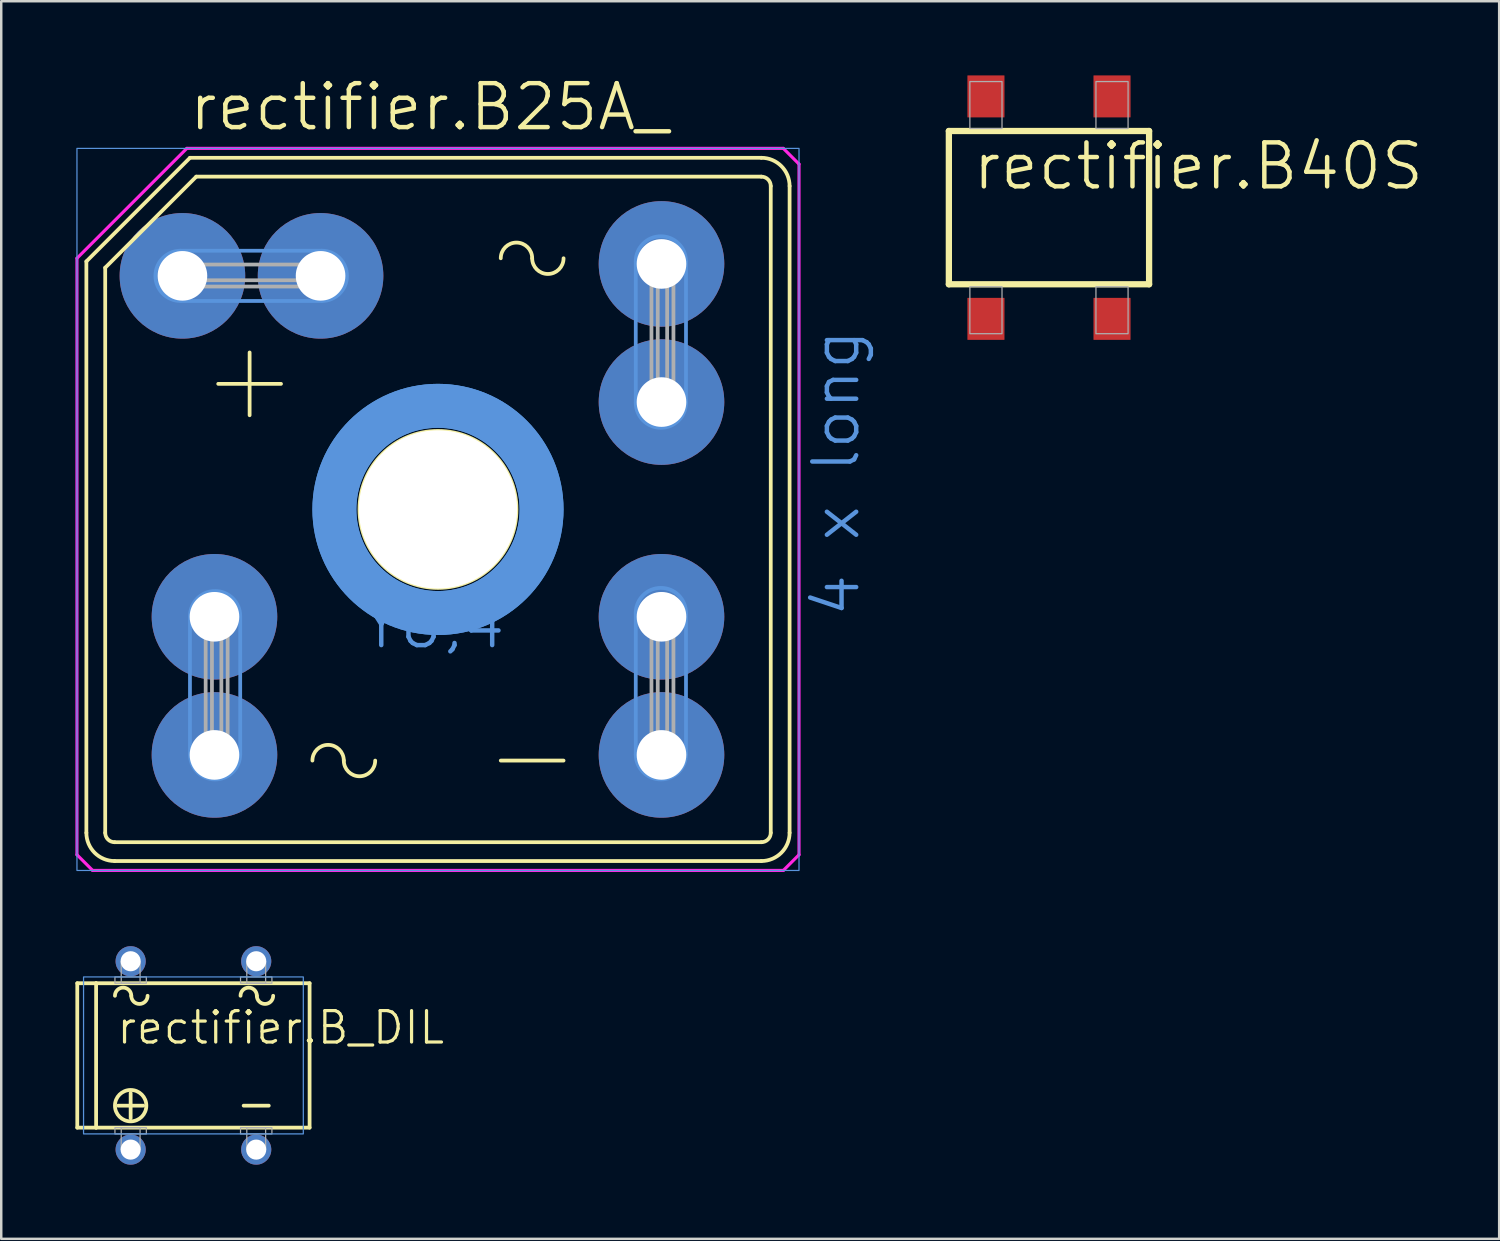
<source format=kicad_pcb>
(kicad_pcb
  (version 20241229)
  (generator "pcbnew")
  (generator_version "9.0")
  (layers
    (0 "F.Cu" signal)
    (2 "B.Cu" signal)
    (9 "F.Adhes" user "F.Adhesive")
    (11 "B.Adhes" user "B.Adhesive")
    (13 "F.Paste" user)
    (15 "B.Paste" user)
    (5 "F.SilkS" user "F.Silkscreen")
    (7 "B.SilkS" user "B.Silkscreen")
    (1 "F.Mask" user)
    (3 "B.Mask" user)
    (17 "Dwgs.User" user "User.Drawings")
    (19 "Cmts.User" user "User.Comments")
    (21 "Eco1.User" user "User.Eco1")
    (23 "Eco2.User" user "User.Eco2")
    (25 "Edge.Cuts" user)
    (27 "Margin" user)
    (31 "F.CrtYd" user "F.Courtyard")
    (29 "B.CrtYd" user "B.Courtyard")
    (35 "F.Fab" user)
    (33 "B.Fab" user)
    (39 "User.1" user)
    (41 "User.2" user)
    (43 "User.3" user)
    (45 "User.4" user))
  (footprint "rectifier.B_DIL"
    (layer "F.Cu")
    (at 4.775 39.646)
    (property "Reference" "rectifier.B_DIL" (at -3.175 -0.381 0) (layer "F.SilkS") (effects (font (size 1.27 1.27) (thickness 0.13)) (justify left bottom)))
    (attr through_hole)
    (fp_line (start -4.699 -2.921) (end -4.699 2.921) (stroke (width 0.152) (type default)) (layer "F.SilkS"))
    (fp_line (start -4.699 2.921) (end -3.937 2.921) (stroke (width 0.152) (type default)) (layer "F.SilkS"))
    (fp_line (start -3.937 -2.921) (end -4.699 -2.921) (stroke (width 0.152) (type default)) (layer "F.SilkS"))
    (fp_line (start -3.937 -2.921) (end -3.937 2.921) (stroke (width 0.152) (type default)) (layer "F.SilkS"))
    (fp_line (start -3.937 2.921) (end 4.699 2.921) (stroke (width 0.152) (type default)) (layer "F.SilkS"))
    (fp_line (start -3.048 2.032) (end -2.032 2.032) (stroke (width 0.152) (type default)) (layer "F.SilkS"))
    (fp_line (start -2.54 1.524) (end -2.54 2.54) (stroke (width 0.152) (type default)) (layer "F.SilkS"))
    (fp_line (start 2.032 2.032) (end 3.048 2.032) (stroke (width 0.152) (type default)) (layer "F.SilkS"))
    (fp_line (start 4.699 -2.921) (end -3.937 -2.921) (stroke (width 0.152) (type default)) (layer "F.SilkS"))
    (fp_line (start 4.699 2.921) (end 4.699 -2.921) (stroke (width 0.152) (type default)) (layer "F.SilkS"))
    (fp_arc (start -3.175 -2.413) (mid -2.8448 -2.7432) (end -2.5146 -2.413) (stroke (width 0.1524) (type default)) (layer "F.SilkS"))
    (fp_arc (start -1.8542 -2.413) (mid -2.1844 -2.0828) (end -2.5146 -2.413) (stroke (width 0.1524) (type default)) (layer "F.SilkS"))
    (fp_arc (start 1.905 -2.413) (mid 2.2352 -2.7432) (end 2.5654 -2.413) (stroke (width 0.1524) (type default)) (layer "F.SilkS"))
    (fp_arc (start 3.2258 -2.413) (mid 2.8956 -2.0828) (end 2.5654 -2.413) (stroke (width 0.1524) (type default)) (layer "F.SilkS"))
    (fp_circle (center -2.54 2.032) (end -1.905 2.032) (stroke (width 0.152) (type default)) (fill no) (layer "F.SilkS"))
    (fp_rect (start -4.445 3.175) (end 4.445 -3.175) (stroke (width 0.05) (type default)) (fill no) (layer "Cmts.User"))
    (fp_rect (start -3.175 -2.921) (end -1.905 -3.175) (stroke (width 0.05) (type default)) (fill no) (layer "F.Fab"))
    (fp_rect (start -3.175 3.175) (end -1.905 2.921) (stroke (width 0.05) (type default)) (fill no) (layer "F.Fab"))
    (fp_rect (start -2.921 -2.921) (end -2.159 -3.81) (stroke (width 0.05) (type default)) (fill no) (layer "F.Fab"))
    (fp_rect (start -2.921 3.81) (end -2.159 2.921) (stroke (width 0.05) (type default)) (fill no) (layer "F.Fab"))
    (fp_rect (start 1.905 -2.921) (end 3.175 -3.175) (stroke (width 0.05) (type default)) (fill no) (layer "F.Fab"))
    (fp_rect (start 1.905 3.175) (end 3.175 2.921) (stroke (width 0.05) (type default)) (fill no) (layer "F.Fab"))
    (fp_rect (start 2.159 -2.921) (end 2.921 -3.81) (stroke (width 0.05) (type default)) (fill no) (layer "F.Fab"))
    (fp_rect (start 2.159 3.81) (end 2.921 2.921) (stroke (width 0.05) (type default)) (fill no) (layer "F.Fab"))
    (pad "+" thru_hole circle (at -2.54 3.81) (size 1.219 1.219) (drill 0.813) (layers "*.Cu" "*.Mask"))
    (pad "-" thru_hole circle (at 2.54 3.81) (size 1.219 1.219) (drill 0.813) (layers "*.Cu" "*.Mask"))
    (pad "AC1" thru_hole circle (at 2.54 -3.81) (size 1.219 1.219) (drill 0.813) (layers "*.Cu" "*.Mask"))
    (pad "AC2" thru_hole circle (at -2.54 -3.81) (size 1.219 1.219) (drill 0.813) (layers "*.Cu" "*.Mask")))
  (footprint "rectifier.B25A_"
    (layer "F.Cu")
    (at 14.668 17.558)
    (property "Reference" "rectifier.B25A_" (at -10.16 -15.24 0) (layer "F.SilkS") (effects (font (size 1.778 1.778) (thickness 0.18)) (justify left bottom)))
    (attr through_hole)
    (fp_line (start -9.042 9.931) (end -9.042 4.343) (stroke (width 5.309) (type default)) (layer "F.Mask"))
    (fp_line (start -4.75 -9.449) (end -10.338 -9.449) (stroke (width 5.309) (type default)) (layer "F.Mask"))
    (fp_line (start 9.042 -4.343) (end 9.042 -9.931) (stroke (width 5.309) (type default)) (layer "F.Mask"))
    (fp_line (start 9.042 9.931) (end 9.042 4.343) (stroke (width 5.309) (type default)) (layer "F.Mask"))
    (fp_line (start -9.042 9.931) (end -9.042 4.343) (stroke (width 5.309) (type default)) (layer "B.Mask"))
    (fp_line (start -4.75 -9.449) (end -10.338 -9.449) (stroke (width 5.309) (type default)) (layer "B.Mask"))
    (fp_line (start 9.042 -4.343) (end 9.042 -9.931) (stroke (width 5.309) (type default)) (layer "B.Mask"))
    (fp_line (start 9.042 9.931) (end 9.042 4.343) (stroke (width 5.309) (type default)) (layer "B.Mask"))
    (fp_line (start -14.224 -10.033) (end -10.033 -14.224) (stroke (width 0.152) (type default)) (layer "F.SilkS"))
    (fp_line (start -14.224 13.081) (end -14.224 -10.033) (stroke (width 0.152) (type default)) (layer "F.SilkS"))
    (fp_line (start -13.462 13.081) (end -13.462 -9.779) (stroke (width 0.152) (type default)) (layer "F.SilkS"))
    (fp_line (start -13.081 14.224) (end 13.081 14.224) (stroke (width 0.152) (type default)) (layer "F.SilkS"))
    (fp_line (start -9.779 -13.462) (end -13.462 -9.779) (stroke (width 0.152) (type default)) (layer "F.SilkS"))
    (fp_line (start -9.779 -13.462) (end 13.081 -13.462) (stroke (width 0.152) (type default)) (layer "F.SilkS"))
    (fp_line (start -7.62 -3.81) (end -7.62 -6.35) (stroke (width 0.152) (type default)) (layer "F.SilkS"))
    (fp_line (start -6.35 -5.08) (end -8.89 -5.08) (stroke (width 0.152) (type default)) (layer "F.SilkS"))
    (fp_line (start 5.08 10.16) (end 2.54 10.16) (stroke (width 0.152) (type default)) (layer "F.SilkS"))
    (fp_line (start 13.081 -14.224) (end -10.033 -14.224) (stroke (width 0.152) (type default)) (layer "F.SilkS"))
    (fp_line (start 13.081 13.462) (end -13.081 13.462) (stroke (width 0.152) (type default)) (layer "F.SilkS"))
    (fp_line (start 13.462 -13.081) (end 13.462 13.081) (stroke (width 0.152) (type default)) (layer "F.SilkS"))
    (fp_line (start 14.224 13.081) (end 14.224 -13.081) (stroke (width 0.152) (type default)) (layer "F.SilkS"))
    (fp_arc (start -13.081 13.462) (mid -13.350408 13.350408) (end -13.462 13.081) (stroke (width 0.1524) (type default)) (layer "F.SilkS"))
    (fp_arc (start -13.081 14.224) (mid -13.889223 13.889223) (end -14.224 13.081) (stroke (width 0.1524) (type default)) (layer "F.SilkS"))
    (fp_arc (start -5.08 10.16) (mid -4.445 9.525) (end -3.81 10.16) (stroke (width 0.1524) (type default)) (layer "F.SilkS"))
    (fp_arc (start -2.54 10.16) (mid -3.175 10.795) (end -3.81 10.16) (stroke (width 0.1524) (type default)) (layer "F.SilkS"))
    (fp_arc (start 2.54 -10.16) (mid 3.175 -10.795) (end 3.81 -10.16) (stroke (width 0.1524) (type default)) (layer "F.SilkS"))
    (fp_arc (start 5.08 -10.16) (mid 4.445 -9.525) (end 3.81 -10.16) (stroke (width 0.1524) (type default)) (layer "F.SilkS"))
    (fp_arc (start 13.081 -14.224) (mid 13.889223 -13.889223) (end 14.224 -13.081) (stroke (width 0.1524) (type default)) (layer "F.SilkS"))
    (fp_arc (start 13.081 -13.462) (mid 13.350408 -13.350408) (end 13.462 -13.081) (stroke (width 0.1524) (type default)) (layer "F.SilkS"))
    (fp_arc (start 13.462 13.081) (mid 13.350408 13.350408) (end 13.081 13.462) (stroke (width 0.1524) (type default)) (layer "F.SilkS"))
    (fp_arc (start 14.224 13.081) (mid 13.889223 13.889223) (end 13.081 14.224) (stroke (width 0.1524) (type default)) (layer "F.SilkS"))
    (fp_circle (center 0 0) (end 3.175 0) (stroke (width 0.152) (type default)) (fill no) (layer "F.SilkS"))
    (fp_line (start -10.414 -10.465) (end -4.699 -10.465) (stroke (width 0.152) (type default)) (layer "Cmts.User"))
    (fp_line (start -10.414 -8.433) (end -4.699 -8.433) (stroke (width 0.152) (type default)) (layer "Cmts.User"))
    (fp_line (start -10.033 4.318) (end -10.033 9.906) (stroke (width 0.152) (type default)) (layer "Cmts.User"))
    (fp_line (start -8.001 4.318) (end -8.001 9.906) (stroke (width 0.152) (type default)) (layer "Cmts.User"))
    (fp_line (start 8.001 -10.033) (end 8.001 -4.318) (stroke (width 0.152) (type default)) (layer "Cmts.User"))
    (fp_line (start 8.001 4.191) (end 8.001 9.906) (stroke (width 0.152) (type default)) (layer "Cmts.User"))
    (fp_line (start 10.033 -10.033) (end 10.033 -4.318) (stroke (width 0.152) (type default)) (layer "Cmts.User"))
    (fp_line (start 10.033 4.191) (end 10.033 9.906) (stroke (width 0.152) (type default)) (layer "Cmts.User"))
    (fp_rect (start -14.605 14.605) (end 14.605 -14.605) (stroke (width 0.05) (type default)) (fill no) (layer "Cmts.User"))
    (fp_arc (start -10.414 -8.4328) (mid -11.43 -9.4488) (end -10.414 -10.4648) (stroke (width 0.1524) (type default)) (layer "Cmts.User"))
    (fp_arc (start -10.033 4.318) (mid -9.017 3.302) (end -8.001 4.318) (stroke (width 0.1524) (type default)) (layer "Cmts.User"))
    (fp_arc (start -8.001 9.906) (mid -9.017 10.922) (end -10.033 9.906) (stroke (width 0.1524) (type default)) (layer "Cmts.User"))
    (fp_arc (start -4.699 -10.4648) (mid -3.683 -9.4488) (end -4.699 -8.4328) (stroke (width 0.1524) (type default)) (layer "Cmts.User"))
    (fp_arc (start 8.001 -10.033) (mid 9.017 -11.049) (end 10.033 -10.033) (stroke (width 0.1524) (type default)) (layer "Cmts.User"))
    (fp_arc (start 8.001 4.191) (mid 9.017 3.175) (end 10.033 4.191) (stroke (width 0.1524) (type default)) (layer "Cmts.User"))
    (fp_arc (start 10.033 -4.318) (mid 9.017 -3.302) (end 8.001 -4.318) (stroke (width 0.1524) (type default)) (layer "Cmts.User"))
    (fp_arc (start 10.033 9.906) (mid 9.017 10.922) (end 8.001 9.906) (stroke (width 0.1524) (type default)) (layer "Cmts.User"))
    (fp_circle (center 0 0) (end 4.191 0) (stroke (width 1.778) (type default)) (fill no) (layer "Cmts.User"))
    (fp_circle (center 0 0) (end 4.191 0) (stroke (width 1.778) (type default)) (fill no) (layer "Cmts.User"))
    (fp_line (start -14.605 -10.16) (end -10.16 -14.605) (stroke (width 0.127) (type default)) (layer "F.CrtYd"))
    (fp_line (start -14.605 13.97) (end -14.605 -10.16) (stroke (width 0.127) (type default)) (layer "F.CrtYd"))
    (fp_line (start -14.605 13.97) (end -13.97 14.605) (stroke (width 0.127) (type default)) (layer "F.CrtYd"))
    (fp_line (start -10.16 -14.605) (end 13.97 -14.605) (stroke (width 0.127) (type default)) (layer "F.CrtYd"))
    (fp_line (start 13.97 14.605) (end -13.97 14.605) (stroke (width 0.127) (type default)) (layer "F.CrtYd"))
    (fp_line (start 13.97 14.605) (end 14.605 13.97) (stroke (width 0.127) (type default)) (layer "F.CrtYd"))
    (fp_line (start 14.605 -13.97) (end 13.97 -14.605) (stroke (width 0.127) (type default)) (layer "F.CrtYd"))
    (fp_line (start 14.605 -13.97) (end 14.605 13.97) (stroke (width 0.127) (type default)) (layer "F.CrtYd"))
    (fp_line (start -11.049 -9.906) (end -10.668 -9.906) (stroke (width 0.152) (type default)) (layer "F.Fab"))
    (fp_line (start -11.049 -9.017) (end -11.049 -9.906) (stroke (width 0.152) (type default)) (layer "F.Fab"))
    (fp_line (start -10.668 -9.906) (end -10.668 -9.017) (stroke (width 0.152) (type default)) (layer "F.Fab"))
    (fp_line (start -10.668 -9.017) (end -11.049 -9.017) (stroke (width 0.152) (type default)) (layer "F.Fab"))
    (fp_line (start -10.668 -9.017) (end -10.414 -9.271) (stroke (width 0.152) (type default)) (layer "F.Fab"))
    (fp_line (start -10.668 -9.017) (end -4.318 -9.017) (stroke (width 0.152) (type default)) (layer "F.Fab"))
    (fp_line (start -10.414 -9.652) (end -10.668 -9.906) (stroke (width 0.152) (type default)) (layer "F.Fab"))
    (fp_line (start -10.414 -9.271) (end -10.414 -9.652) (stroke (width 0.152) (type default)) (layer "F.Fab"))
    (fp_line (start -10.414 -9.271) (end -4.572 -9.271) (stroke (width 0.152) (type default)) (layer "F.Fab"))
    (fp_line (start -9.398 3.556) (end -8.509 3.556) (stroke (width 0.152) (type default)) (layer "F.Fab"))
    (fp_line (start -9.398 3.937) (end -9.398 3.556) (stroke (width 0.152) (type default)) (layer "F.Fab"))
    (fp_line (start -9.398 3.937) (end -9.398 10.287) (stroke (width 0.152) (type default)) (layer "F.Fab"))
    (fp_line (start -9.398 3.937) (end -9.144 4.191) (stroke (width 0.152) (type default)) (layer "F.Fab"))
    (fp_line (start -9.398 10.287) (end -9.398 10.668) (stroke (width 0.152) (type default)) (layer "F.Fab"))
    (fp_line (start -9.398 10.287) (end -9.144 10.033) (stroke (width 0.152) (type default)) (layer "F.Fab"))
    (fp_line (start -9.398 10.287) (end -8.509 10.287) (stroke (width 0.152) (type default)) (layer "F.Fab"))
    (fp_line (start -9.398 10.668) (end -8.509 10.668) (stroke (width 0.152) (type default)) (layer "F.Fab"))
    (fp_line (start -9.144 4.191) (end -9.144 10.033) (stroke (width 0.152) (type default)) (layer "F.Fab"))
    (fp_line (start -9.144 4.191) (end -8.763 4.191) (stroke (width 0.152) (type default)) (layer "F.Fab"))
    (fp_line (start -8.763 4.191) (end -8.509 3.937) (stroke (width 0.152) (type default)) (layer "F.Fab"))
    (fp_line (start -8.763 10.033) (end -9.144 10.033) (stroke (width 0.152) (type default)) (layer "F.Fab"))
    (fp_line (start -8.763 10.033) (end -8.763 4.191) (stroke (width 0.152) (type default)) (layer "F.Fab"))
    (fp_line (start -8.509 3.556) (end -8.509 3.937) (stroke (width 0.152) (type default)) (layer "F.Fab"))
    (fp_line (start -8.509 3.937) (end -9.398 3.937) (stroke (width 0.152) (type default)) (layer "F.Fab"))
    (fp_line (start -8.509 10.287) (end -8.763 10.033) (stroke (width 0.152) (type default)) (layer "F.Fab"))
    (fp_line (start -8.509 10.287) (end -8.509 3.937) (stroke (width 0.152) (type default)) (layer "F.Fab"))
    (fp_line (start -8.509 10.668) (end -8.509 10.287) (stroke (width 0.152) (type default)) (layer "F.Fab"))
    (fp_line (start -4.572 -9.652) (end -4.572 -9.271) (stroke (width 0.152) (type default)) (layer "F.Fab"))
    (fp_line (start -4.318 -9.906) (end -10.668 -9.906) (stroke (width 0.152) (type default)) (layer "F.Fab"))
    (fp_line (start -4.318 -9.906) (end -4.572 -9.652) (stroke (width 0.152) (type default)) (layer "F.Fab"))
    (fp_line (start -4.318 -9.017) (end -4.572 -9.271) (stroke (width 0.152) (type default)) (layer "F.Fab"))
    (fp_line (start -4.318 -9.017) (end -4.318 -9.906) (stroke (width 0.152) (type default)) (layer "F.Fab"))
    (fp_line (start -4.318 -9.017) (end -3.937 -9.017) (stroke (width 0.152) (type default)) (layer "F.Fab"))
    (fp_line (start -3.937 -9.906) (end -4.318 -9.906) (stroke (width 0.152) (type default)) (layer "F.Fab"))
    (fp_line (start -3.937 -9.017) (end -3.937 -9.906) (stroke (width 0.152) (type default)) (layer "F.Fab"))
    (fp_line (start 8.636 -10.668) (end 9.525 -10.668) (stroke (width 0.152) (type default)) (layer "F.Fab"))
    (fp_line (start 8.636 -10.287) (end 8.636 -10.668) (stroke (width 0.152) (type default)) (layer "F.Fab"))
    (fp_line (start 8.636 -10.287) (end 8.636 -3.937) (stroke (width 0.152) (type default)) (layer "F.Fab"))
    (fp_line (start 8.636 -10.287) (end 8.89 -10.033) (stroke (width 0.152) (type default)) (layer "F.Fab"))
    (fp_line (start 8.636 -3.937) (end 8.636 -3.556) (stroke (width 0.152) (type default)) (layer "F.Fab"))
    (fp_line (start 8.636 -3.937) (end 8.89 -4.191) (stroke (width 0.152) (type default)) (layer "F.Fab"))
    (fp_line (start 8.636 -3.937) (end 9.525 -3.937) (stroke (width 0.152) (type default)) (layer "F.Fab"))
    (fp_line (start 8.636 -3.556) (end 9.525 -3.556) (stroke (width 0.152) (type default)) (layer "F.Fab"))
    (fp_line (start 8.636 3.556) (end 9.525 3.556) (stroke (width 0.152) (type default)) (layer "F.Fab"))
    (fp_line (start 8.636 3.937) (end 8.636 3.556) (stroke (width 0.152) (type default)) (layer "F.Fab"))
    (fp_line (start 8.636 3.937) (end 8.636 10.287) (stroke (width 0.152) (type default)) (layer "F.Fab"))
    (fp_line (start 8.636 3.937) (end 8.89 4.191) (stroke (width 0.152) (type default)) (layer "F.Fab"))
    (fp_line (start 8.636 10.287) (end 8.636 10.668) (stroke (width 0.152) (type default)) (layer "F.Fab"))
    (fp_line (start 8.636 10.287) (end 8.89 10.033) (stroke (width 0.152) (type default)) (layer "F.Fab"))
    (fp_line (start 8.636 10.287) (end 9.525 10.287) (stroke (width 0.152) (type default)) (layer "F.Fab"))
    (fp_line (start 8.636 10.668) (end 9.525 10.668) (stroke (width 0.152) (type default)) (layer "F.Fab"))
    (fp_line (start 8.89 -10.033) (end 8.89 -4.191) (stroke (width 0.152) (type default)) (layer "F.Fab"))
    (fp_line (start 8.89 -10.033) (end 9.271 -10.033) (stroke (width 0.152) (type default)) (layer "F.Fab"))
    (fp_line (start 8.89 4.191) (end 8.89 10.033) (stroke (width 0.152) (type default)) (layer "F.Fab"))
    (fp_line (start 8.89 4.191) (end 9.271 4.191) (stroke (width 0.152) (type default)) (layer "F.Fab"))
    (fp_line (start 9.271 -10.033) (end 9.525 -10.287) (stroke (width 0.152) (type default)) (layer "F.Fab"))
    (fp_line (start 9.271 -4.191) (end 8.89 -4.191) (stroke (width 0.152) (type default)) (layer "F.Fab"))
    (fp_line (start 9.271 -4.191) (end 9.271 -10.033) (stroke (width 0.152) (type default)) (layer "F.Fab"))
    (fp_line (start 9.271 4.191) (end 9.525 3.937) (stroke (width 0.152) (type default)) (layer "F.Fab"))
    (fp_line (start 9.271 10.033) (end 8.89 10.033) (stroke (width 0.152) (type default)) (layer "F.Fab"))
    (fp_line (start 9.271 10.033) (end 9.271 4.191) (stroke (width 0.152) (type default)) (layer "F.Fab"))
    (fp_line (start 9.525 -10.668) (end 9.525 -10.287) (stroke (width 0.152) (type default)) (layer "F.Fab"))
    (fp_line (start 9.525 -10.287) (end 8.636 -10.287) (stroke (width 0.152) (type default)) (layer "F.Fab"))
    (fp_line (start 9.525 -3.937) (end 9.271 -4.191) (stroke (width 0.152) (type default)) (layer "F.Fab"))
    (fp_line (start 9.525 -3.937) (end 9.525 -10.287) (stroke (width 0.152) (type default)) (layer "F.Fab"))
    (fp_line (start 9.525 -3.556) (end 9.525 -3.937) (stroke (width 0.152) (type default)) (layer "F.Fab"))
    (fp_line (start 9.525 3.556) (end 9.525 3.937) (stroke (width 0.152) (type default)) (layer "F.Fab"))
    (fp_line (start 9.525 3.937) (end 8.636 3.937) (stroke (width 0.152) (type default)) (layer "F.Fab"))
    (fp_line (start 9.525 10.287) (end 9.271 10.033) (stroke (width 0.152) (type default)) (layer "F.Fab"))
    (fp_line (start 9.525 10.287) (end 9.525 3.937) (stroke (width 0.152) (type default)) (layer "F.Fab"))
    (fp_line (start 9.525 10.668) (end 9.525 10.287) (stroke (width 0.152) (type default)) (layer "F.Fab"))
    (fp_text user "4 x long" (at 17.145 4.445 90) (layer "Cmts.User") (effects (font (size 1.778 1.778) (thickness 0.18)) (justify left bottom)))
    (fp_text user "Ý6,4" (at -3.175 5.715 0) (layer "Cmts.User") (effects (font (size 1.778 1.778) (thickness 0.18)) (justify left bottom)))
    (pad "" np_thru_hole circle (at 0 0) (size 6.401 6.401) (drill 6.401) (layers "*.Cu" "*.Mask"))
    (pad "+" thru_hole circle (at -10.338 -9.449) (size 5.08 5.08) (drill 2.007) (layers "*.Cu" "*.Mask"))
    (pad "+1" thru_hole circle (at -4.75 -9.449) (size 5.08 5.08) (drill 2.007) (layers "*.Cu" "*.Mask"))
    (pad "-" thru_hole circle (at 9.042 4.343) (size 5.08 5.08) (drill 2.007) (layers "*.Cu" "*.Mask"))
    (pad "-1" thru_hole circle (at 9.042 9.931) (size 5.08 5.08) (drill 2.007) (layers "*.Cu" "*.Mask"))
    (pad "AC1" thru_hole circle (at 9.042 -4.343) (size 5.08 5.08) (drill 2.007) (layers "*.Cu" "*.Mask"))
    (pad "AC1-" thru_hole circle (at 9.042 -9.931) (size 5.08 5.08) (drill 2.007) (layers "*.Cu" "*.Mask"))
    (pad "AC2" thru_hole circle (at -9.042 4.343) (size 5.08 5.08) (drill 2.007) (layers "*.Cu" "*.Mask"))
    (pad "AC2-" thru_hole circle (at -9.042 9.931) (size 5.08 5.08) (drill 2.007) (layers "*.Cu" "*.Mask")))
  (footprint "rectifier.B40S"
    (layer "F.Cu")
    (at 39.385 5.35)
    (property "Reference" "rectifier.B40S" (at -3.175 -0.635 0) (layer "F.SilkS") (effects (font (size 1.778 1.778) (thickness 0.18)) (justify left bottom)))
    (attr smd)
    (fp_line (start -4.05 -3.1) (end 4.05 -3.1) (stroke (width 0.254) (type default)) (layer "F.SilkS"))
    (fp_line (start -4.05 3.1) (end -4.05 -3.1) (stroke (width 0.254) (type default)) (layer "F.SilkS"))
    (fp_line (start 4.05 -3.1) (end 4.05 3.1) (stroke (width 0.254) (type default)) (layer "F.SilkS"))
    (fp_line (start 4.05 3.1) (end -4.05 3.1) (stroke (width 0.254) (type default)) (layer "F.SilkS"))
    (fp_rect (start -3.2 -3.2) (end -1.9 -5.1) (stroke (width 0.05) (type default)) (fill no) (layer "F.Fab"))
    (fp_rect (start -3.2 5.1) (end -1.9 3.2) (stroke (width 0.05) (type default)) (fill no) (layer "F.Fab"))
    (fp_rect (start 1.9 -3.2) (end 3.2 -5.1) (stroke (width 0.05) (type default)) (fill no) (layer "F.Fab"))
    (fp_rect (start 1.9 5.1) (end 3.2 3.2) (stroke (width 0.05) (type default)) (fill no) (layer "F.Fab"))
    (pad "+" smd roundrect (at -2.55 4.5) (size 1.5 1.7) (layers "F.Cu" "F.Mask" "F.Paste") (roundrect_rratio 0.01))
    (pad "-" smd roundrect (at 2.55 4.5) (size 1.5 1.7) (layers "F.Cu" "F.Mask" "F.Paste") (roundrect_rratio 0.01))
    (pad "AC1" smd roundrect (at -2.55 -4.5 180) (size 1.5 1.7) (layers "F.Cu" "F.Mask" "F.Paste") (roundrect_rratio 0.01))
    (pad "AC2" smd roundrect (at 2.55 -4.5 180) (size 1.5 1.7) (layers "F.Cu" "F.Mask" "F.Paste") (roundrect_rratio 0.01)))
  (gr_rect
    (start -3 -3)
    (end 57.597 47.066)
    (stroke (width 0.1) (type default))
    (fill no)
    (layer "Edge.Cuts")))
</source>
